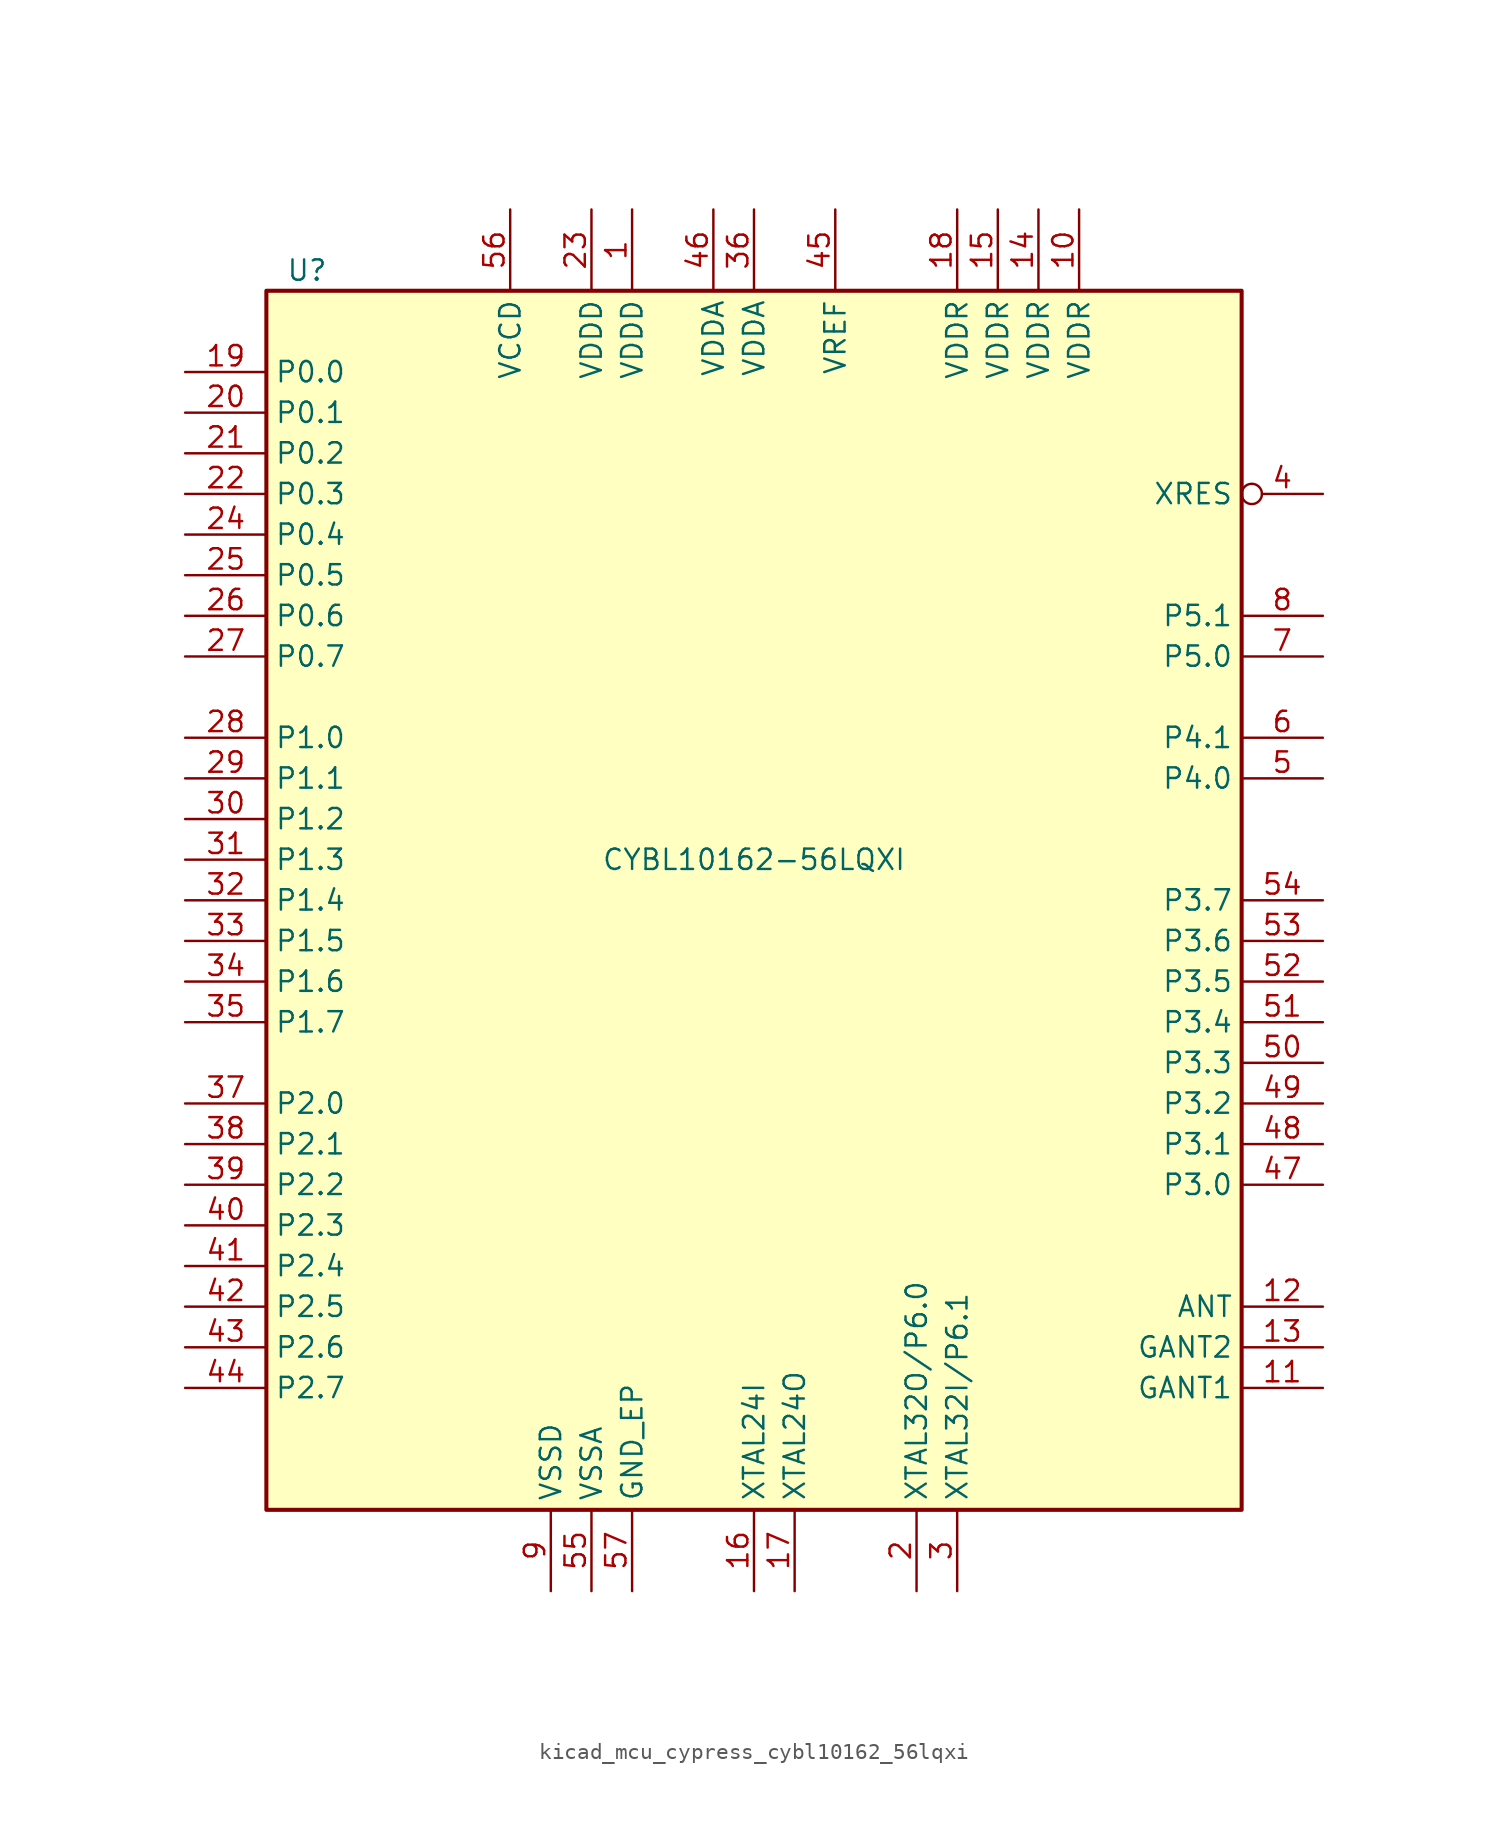
<source format=kicad_sym>
(kicad_symbol_lib
  (version 20220914)
  (generator kicad_symbol_editor)
  (symbol "kicad_mcu_cypress_cybl10162_56lqxi"
    (property "Reference" "U"
      (at -27.94 39.37 0)
      (effects (font (size 1.27 1.27))))
    (property "Value" "CYBL10162-56LQXI"
      (at 0 2.54 0)
      (effects (font (size 1.27 1.27))))
    (symbol "kicad_mcu_cypress_cybl10162_56lqxi_1_0"
      (rectangle (start -30.48 -38.1) (end 30.48 38.1) (stroke (width 0.254) (type default)) (fill (type background))))
    (symbol "kicad_mcu_cypress_cybl10162_56lqxi_1_1"
      (pin power_in line (at -7.62 43.18 270) (length 5.08) (name "VDDD" (effects (font (size 1.27 1.27)))) (number "1" (effects (font (size 1.27 1.27)))))
      (pin power_in line (at 20.32 43.18 270) (length 5.08) (name "VDDR" (effects (font (size 1.27 1.27)))) (number "10" (effects (font (size 1.27 1.27)))))
      (pin power_in line (at 35.56 -30.48 180) (length 5.08) (name "GANT1" (effects (font (size 1.27 1.27)))) (number "11" (effects (font (size 1.27 1.27)))))
      (pin output line (at 35.56 -25.4 180) (length 5.08) (name "ANT" (effects (font (size 1.27 1.27)))) (number "12" (effects (font (size 1.27 1.27)))))
      (pin power_in line (at 35.56 -27.94 180) (length 5.08) (name "GANT2" (effects (font (size 1.27 1.27)))) (number "13" (effects (font (size 1.27 1.27)))))
      (pin power_in line (at 17.78 43.18 270) (length 5.08) (name "VDDR" (effects (font (size 1.27 1.27)))) (number "14" (effects (font (size 1.27 1.27)))))
      (pin power_in line (at 15.24 43.18 270) (length 5.08) (name "VDDR" (effects (font (size 1.27 1.27)))) (number "15" (effects (font (size 1.27 1.27)))))
      (pin input line (at 0 -43.18 90) (length 5.08) (name "XTAL24I" (effects (font (size 1.27 1.27)))) (number "16" (effects (font (size 1.27 1.27)))))
      (pin output line (at 2.54 -43.18 90) (length 5.08) (name "XTAL24O" (effects (font (size 1.27 1.27)))) (number "17" (effects (font (size 1.27 1.27)))))
      (pin power_in line (at 12.7 43.18 270) (length 5.08) (name "VDDR" (effects (font (size 1.27 1.27)))) (number "18" (effects (font (size 1.27 1.27)))))
      (pin bidirectional line (at -35.56 33.02 0) (length 5.08) (name "P0.0" (effects (font (size 1.27 1.27)))) (number "19" (effects (font (size 1.27 1.27)))))
      (pin bidirectional line (at 10.16 -43.18 90) (length 5.08) (name "XTAL32O/P6.0" (effects (font (size 1.27 1.27)))) (number "2" (effects (font (size 1.27 1.27)))))
      (pin bidirectional line (at -35.56 30.48 0) (length 5.08) (name "P0.1" (effects (font (size 1.27 1.27)))) (number "20" (effects (font (size 1.27 1.27)))))
      (pin bidirectional line (at -35.56 27.94 0) (length 5.08) (name "P0.2" (effects (font (size 1.27 1.27)))) (number "21" (effects (font (size 1.27 1.27)))))
      (pin bidirectional line (at -35.56 25.4 0) (length 5.08) (name "P0.3" (effects (font (size 1.27 1.27)))) (number "22" (effects (font (size 1.27 1.27)))))
      (pin power_in line (at -10.16 43.18 270) (length 5.08) (name "VDDD" (effects (font (size 1.27 1.27)))) (number "23" (effects (font (size 1.27 1.27)))))
      (pin bidirectional line (at -35.56 22.86 0) (length 5.08) (name "P0.4" (effects (font (size 1.27 1.27)))) (number "24" (effects (font (size 1.27 1.27)))))
      (pin bidirectional line (at -35.56 20.32 0) (length 5.08) (name "P0.5" (effects (font (size 1.27 1.27)))) (number "25" (effects (font (size 1.27 1.27)))))
      (pin bidirectional line (at -35.56 17.78 0) (length 5.08) (name "P0.6" (effects (font (size 1.27 1.27)))) (number "26" (effects (font (size 1.27 1.27)))))
      (pin bidirectional line (at -35.56 15.24 0) (length 5.08) (name "P0.7" (effects (font (size 1.27 1.27)))) (number "27" (effects (font (size 1.27 1.27)))))
      (pin bidirectional line (at -35.56 10.16 0) (length 5.08) (name "P1.0" (effects (font (size 1.27 1.27)))) (number "28" (effects (font (size 1.27 1.27)))))
      (pin bidirectional line (at -35.56 7.62 0) (length 5.08) (name "P1.1" (effects (font (size 1.27 1.27)))) (number "29" (effects (font (size 1.27 1.27)))))
      (pin bidirectional line (at 12.7 -43.18 90) (length 5.08) (name "XTAL32I/P6.1" (effects (font (size 1.27 1.27)))) (number "3" (effects (font (size 1.27 1.27)))))
      (pin bidirectional line (at -35.56 5.08 0) (length 5.08) (name "P1.2" (effects (font (size 1.27 1.27)))) (number "30" (effects (font (size 1.27 1.27)))))
      (pin bidirectional line (at -35.56 2.54 0) (length 5.08) (name "P1.3" (effects (font (size 1.27 1.27)))) (number "31" (effects (font (size 1.27 1.27)))))
      (pin bidirectional line (at -35.56 0 0) (length 5.08) (name "P1.4" (effects (font (size 1.27 1.27)))) (number "32" (effects (font (size 1.27 1.27)))))
      (pin bidirectional line (at -35.56 -2.54 0) (length 5.08) (name "P1.5" (effects (font (size 1.27 1.27)))) (number "33" (effects (font (size 1.27 1.27)))))
      (pin bidirectional line (at -35.56 -5.08 0) (length 5.08) (name "P1.6" (effects (font (size 1.27 1.27)))) (number "34" (effects (font (size 1.27 1.27)))))
      (pin bidirectional line (at -35.56 -7.62 0) (length 5.08) (name "P1.7" (effects (font (size 1.27 1.27)))) (number "35" (effects (font (size 1.27 1.27)))))
      (pin power_in line (at 0 43.18 270) (length 5.08) (name "VDDA" (effects (font (size 1.27 1.27)))) (number "36" (effects (font (size 1.27 1.27)))))
      (pin bidirectional line (at -35.56 -12.7 0) (length 5.08) (name "P2.0" (effects (font (size 1.27 1.27)))) (number "37" (effects (font (size 1.27 1.27)))))
      (pin bidirectional line (at -35.56 -15.24 0) (length 5.08) (name "P2.1" (effects (font (size 1.27 1.27)))) (number "38" (effects (font (size 1.27 1.27)))))
      (pin bidirectional line (at -35.56 -17.78 0) (length 5.08) (name "P2.2" (effects (font (size 1.27 1.27)))) (number "39" (effects (font (size 1.27 1.27)))))
      (pin input inverted (at 35.56 25.4 180) (length 5.08) (name "XRES" (effects (font (size 1.27 1.27)))) (number "4" (effects (font (size 1.27 1.27)))))
      (pin bidirectional line (at -35.56 -20.32 0) (length 5.08) (name "P2.3" (effects (font (size 1.27 1.27)))) (number "40" (effects (font (size 1.27 1.27)))))
      (pin bidirectional line (at -35.56 -22.86 0) (length 5.08) (name "P2.4" (effects (font (size 1.27 1.27)))) (number "41" (effects (font (size 1.27 1.27)))))
      (pin bidirectional line (at -35.56 -25.4 0) (length 5.08) (name "P2.5" (effects (font (size 1.27 1.27)))) (number "42" (effects (font (size 1.27 1.27)))))
      (pin bidirectional line (at -35.56 -27.94 0) (length 5.08) (name "P2.6" (effects (font (size 1.27 1.27)))) (number "43" (effects (font (size 1.27 1.27)))))
      (pin bidirectional line (at -35.56 -30.48 0) (length 5.08) (name "P2.7" (effects (font (size 1.27 1.27)))) (number "44" (effects (font (size 1.27 1.27)))))
      (pin passive line (at 5.08 43.18 270) (length 5.08) (name "VREF" (effects (font (size 1.27 1.27)))) (number "45" (effects (font (size 1.27 1.27)))))
      (pin power_in line (at -2.54 43.18 270) (length 5.08) (name "VDDA" (effects (font (size 1.27 1.27)))) (number "46" (effects (font (size 1.27 1.27)))))
      (pin bidirectional line (at 35.56 -17.78 180) (length 5.08) (name "P3.0" (effects (font (size 1.27 1.27)))) (number "47" (effects (font (size 1.27 1.27)))))
      (pin bidirectional line (at 35.56 -15.24 180) (length 5.08) (name "P3.1" (effects (font (size 1.27 1.27)))) (number "48" (effects (font (size 1.27 1.27)))))
      (pin bidirectional line (at 35.56 -12.7 180) (length 5.08) (name "P3.2" (effects (font (size 1.27 1.27)))) (number "49" (effects (font (size 1.27 1.27)))))
      (pin bidirectional line (at 35.56 7.62 180) (length 5.08) (name "P4.0" (effects (font (size 1.27 1.27)))) (number "5" (effects (font (size 1.27 1.27)))))
      (pin bidirectional line (at 35.56 -10.16 180) (length 5.08) (name "P3.3" (effects (font (size 1.27 1.27)))) (number "50" (effects (font (size 1.27 1.27)))))
      (pin bidirectional line (at 35.56 -7.62 180) (length 5.08) (name "P3.4" (effects (font (size 1.27 1.27)))) (number "51" (effects (font (size 1.27 1.27)))))
      (pin bidirectional line (at 35.56 -5.08 180) (length 5.08) (name "P3.5" (effects (font (size 1.27 1.27)))) (number "52" (effects (font (size 1.27 1.27)))))
      (pin bidirectional line (at 35.56 -2.54 180) (length 5.08) (name "P3.6" (effects (font (size 1.27 1.27)))) (number "53" (effects (font (size 1.27 1.27)))))
      (pin bidirectional line (at 35.56 0 180) (length 5.08) (name "P3.7" (effects (font (size 1.27 1.27)))) (number "54" (effects (font (size 1.27 1.27)))))
      (pin power_in line (at -10.16 -43.18 90) (length 5.08) (name "VSSA" (effects (font (size 1.27 1.27)))) (number "55" (effects (font (size 1.27 1.27)))))
      (pin power_out line (at -15.24 43.18 270) (length 5.08) (name "VCCD" (effects (font (size 1.27 1.27)))) (number "56" (effects (font (size 1.27 1.27)))))
      (pin power_in line (at -7.62 -43.18 90) (length 5.08) (name "GND_EP" (effects (font (size 1.27 1.27)))) (number "57" (effects (font (size 1.27 1.27)))))
      (pin bidirectional line (at 35.56 10.16 180) (length 5.08) (name "P4.1" (effects (font (size 1.27 1.27)))) (number "6" (effects (font (size 1.27 1.27)))))
      (pin bidirectional line (at 35.56 15.24 180) (length 5.08) (name "P5.0" (effects (font (size 1.27 1.27)))) (number "7" (effects (font (size 1.27 1.27)))))
      (pin bidirectional line (at 35.56 17.78 180) (length 5.08) (name "P5.1" (effects (font (size 1.27 1.27)))) (number "8" (effects (font (size 1.27 1.27)))))
      (pin power_in line (at -12.7 -43.18 90) (length 5.08) (name "VSSD" (effects (font (size 1.27 1.27)))) (number "9" (effects (font (size 1.27 1.27))))))))
</source>
